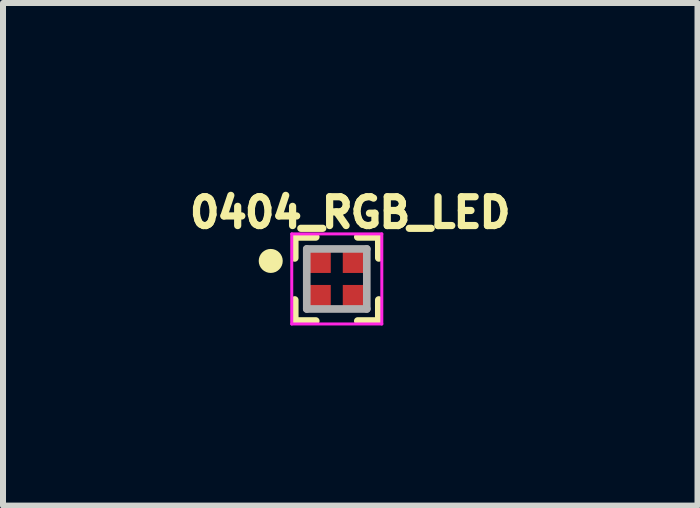
<source format=kicad_pcb>
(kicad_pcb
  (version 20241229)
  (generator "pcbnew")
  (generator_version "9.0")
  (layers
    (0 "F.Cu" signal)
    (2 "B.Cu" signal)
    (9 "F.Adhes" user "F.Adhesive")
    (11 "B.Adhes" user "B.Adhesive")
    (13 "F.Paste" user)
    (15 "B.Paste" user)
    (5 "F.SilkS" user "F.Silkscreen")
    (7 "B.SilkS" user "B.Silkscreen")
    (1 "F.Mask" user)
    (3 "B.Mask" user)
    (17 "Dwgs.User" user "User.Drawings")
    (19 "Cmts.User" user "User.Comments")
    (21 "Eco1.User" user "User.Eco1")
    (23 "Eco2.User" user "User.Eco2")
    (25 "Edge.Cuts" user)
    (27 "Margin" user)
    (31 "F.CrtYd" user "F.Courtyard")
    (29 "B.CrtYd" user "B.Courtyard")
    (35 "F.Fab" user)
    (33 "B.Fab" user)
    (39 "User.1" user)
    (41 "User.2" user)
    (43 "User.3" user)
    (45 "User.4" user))
  (footprint "0404_RGB_LED"
    (layer "F.Cu")
    (at 2.559 1.596)
    (property "Reference" "0404_RGB_LED" (at 0.224 -1.105 0) (layer "F.SilkS") (effects (font (size 0.48 0.48) (thickness 0.15))))
    (attr smd)
    (fp_line (start -0.7 -0.7) (end -0.7 -0.35) (stroke (width 0.127) (type solid)) (layer "F.SilkS"))
    (fp_line (start -0.7 0.35) (end -0.7 0.7) (stroke (width 0.127) (type solid)) (layer "F.SilkS"))
    (fp_line (start -0.7 0.7) (end -0.35 0.7) (stroke (width 0.127) (type solid)) (layer "F.SilkS"))
    (fp_line (start -0.35 -0.7) (end -0.7 -0.7) (stroke (width 0.127) (type solid)) (layer "F.SilkS"))
    (fp_line (start 0.35 -0.7) (end 0.7 -0.7) (stroke (width 0.127) (type solid)) (layer "F.SilkS"))
    (fp_line (start 0.35 0.7) (end 0.7 0.7) (stroke (width 0.127) (type solid)) (layer "F.SilkS"))
    (fp_line (start 0.7 -0.7) (end 0.7 -0.35) (stroke (width 0.127) (type solid)) (layer "F.SilkS"))
    (fp_line (start 0.7 0.7) (end 0.7 0.35) (stroke (width 0.127) (type solid)) (layer "F.SilkS"))
    (fp_circle (center -1.1 -0.3) (end -1 -0.3) (stroke (width 0.2) (type solid)) (fill no) (layer "F.SilkS"))
    (fp_line (start -0.75 -0.75) (end 0.75 -0.75) (stroke (width 0.05) (type solid)) (layer "F.CrtYd"))
    (fp_line (start -0.75 0.75) (end -0.75 -0.75) (stroke (width 0.05) (type solid)) (layer "F.CrtYd"))
    (fp_line (start 0.75 -0.75) (end 0.75 0.75) (stroke (width 0.05) (type solid)) (layer "F.CrtYd"))
    (fp_line (start 0.75 0.75) (end -0.75 0.75) (stroke (width 0.05) (type solid)) (layer "F.CrtYd"))
    (fp_line (start -0.5 -0.5) (end 0.5 -0.5) (stroke (width 0.127) (type solid)) (layer "F.Fab"))
    (fp_line (start -0.5 0.5) (end -0.5 -0.5) (stroke (width 0.127) (type solid)) (layer "F.Fab"))
    (fp_line (start 0.5 -0.5) (end 0.5 0.5) (stroke (width 0.127) (type solid)) (layer "F.Fab"))
    (fp_line (start 0.5 0.5) (end -0.5 0.5) (stroke (width 0.127) (type solid)) (layer "F.Fab"))
    (pad "1" smd rect (at -0.3 -0.3) (size 0.4 0.4) (layers "F.Cu" "F.Mask" "F.Paste"))
    (pad "2" smd rect (at -0.3 0.3) (size 0.4 0.4) (layers "F.Cu" "F.Mask" "F.Paste"))
    (pad "3" smd rect (at 0.3 0.3) (size 0.4 0.4) (layers "F.Cu" "F.Mask" "F.Paste"))
    (pad "4" smd rect (at 0.3 -0.3) (size 0.4 0.4) (layers "F.Cu" "F.Mask" "F.Paste")))
  (gr_rect
    (start -3 -3)
    (end 8.567 5.371)
    (stroke (width 0.1) (type default))
    (fill no)
    (layer "Edge.Cuts")))
</source>
